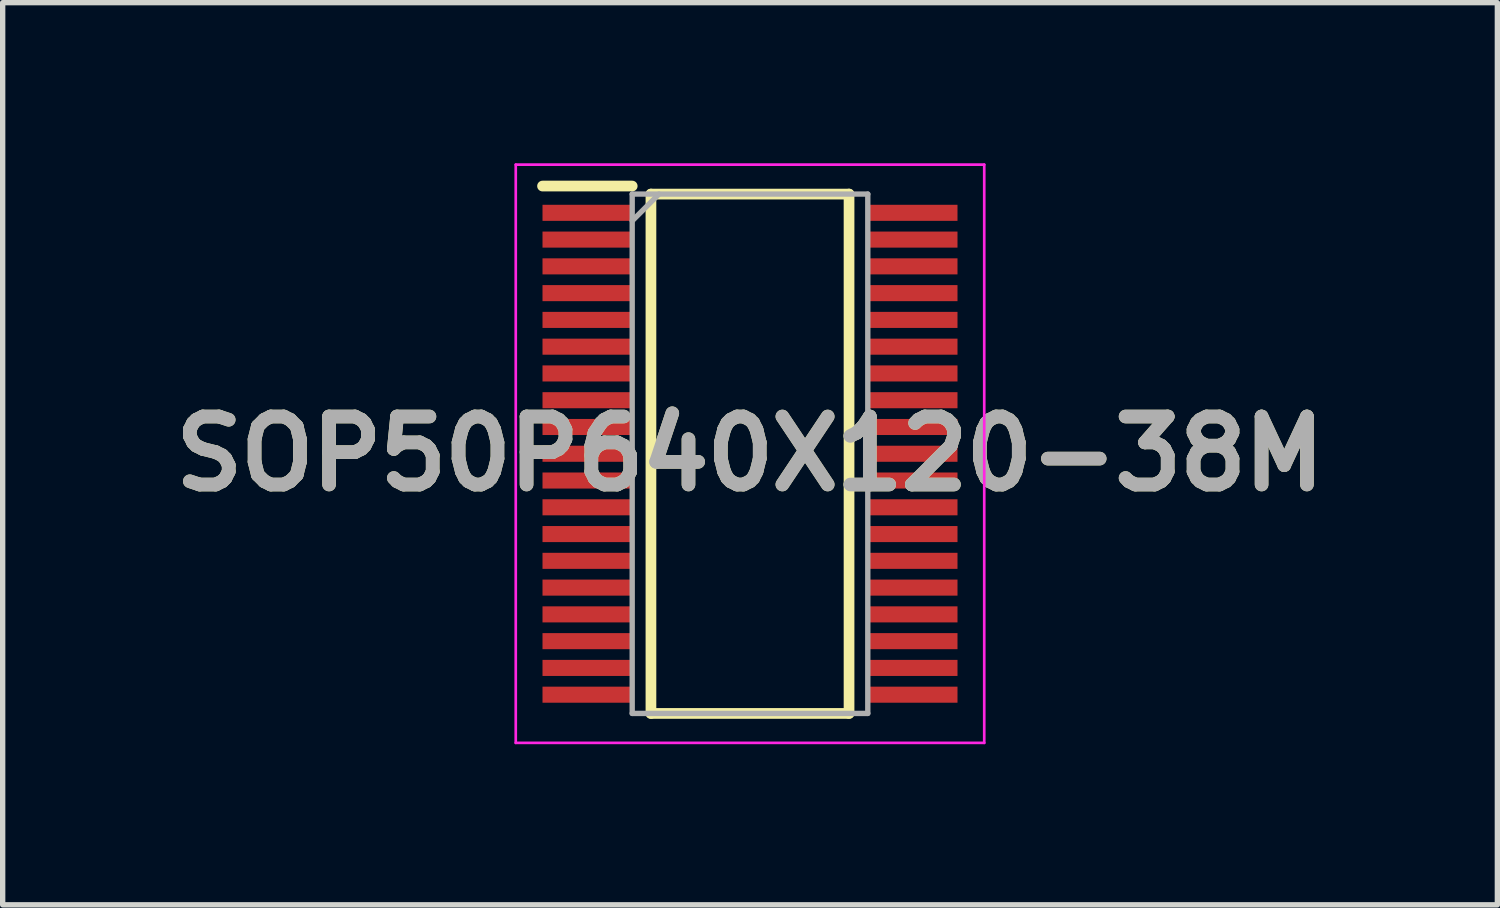
<source format=kicad_pcb>
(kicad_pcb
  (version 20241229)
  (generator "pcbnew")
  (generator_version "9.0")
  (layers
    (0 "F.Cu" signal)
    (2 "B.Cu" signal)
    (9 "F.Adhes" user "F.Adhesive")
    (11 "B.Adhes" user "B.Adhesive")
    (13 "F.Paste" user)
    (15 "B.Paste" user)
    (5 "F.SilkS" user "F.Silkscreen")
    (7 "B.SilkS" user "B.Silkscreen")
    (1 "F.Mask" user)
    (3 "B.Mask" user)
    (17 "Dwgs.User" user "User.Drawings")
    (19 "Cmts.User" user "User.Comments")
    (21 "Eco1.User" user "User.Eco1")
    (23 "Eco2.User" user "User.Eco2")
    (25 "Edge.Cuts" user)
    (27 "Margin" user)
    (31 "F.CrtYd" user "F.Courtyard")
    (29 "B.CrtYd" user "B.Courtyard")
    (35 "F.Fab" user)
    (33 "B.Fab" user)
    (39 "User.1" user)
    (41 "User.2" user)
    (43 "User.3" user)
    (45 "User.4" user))
  (footprint "SOP50P640X120-38M"
    (layer "F.Cu")
    (at 10.958 5.425)
    (property "Reference" "SOP50P640X120-38M" (at 0 0 0) (layer "F.SilkS") (effects (font (size 1.27 1.27) (thickness 0.254))))
    (attr smd)
    (fp_line (start -3.875 -5) (end -2.2 -5) (stroke (width 0.2) (type solid)) (layer "F.SilkS"))
    (fp_line (start -1.85 -4.85) (end 1.85 -4.85) (stroke (width 0.2) (type solid)) (layer "F.SilkS"))
    (fp_line (start -1.85 4.85) (end -1.85 -4.85) (stroke (width 0.2) (type solid)) (layer "F.SilkS"))
    (fp_line (start 1.85 -4.85) (end 1.85 4.85) (stroke (width 0.2) (type solid)) (layer "F.SilkS"))
    (fp_line (start 1.85 4.85) (end -1.85 4.85) (stroke (width 0.2) (type solid)) (layer "F.SilkS"))
    (fp_line (start -4.375 -5.4) (end 4.375 -5.4) (stroke (width 0.05) (type solid)) (layer "F.CrtYd"))
    (fp_line (start -4.375 5.4) (end -4.375 -5.4) (stroke (width 0.05) (type solid)) (layer "F.CrtYd"))
    (fp_line (start 4.375 -5.4) (end 4.375 5.4) (stroke (width 0.05) (type solid)) (layer "F.CrtYd"))
    (fp_line (start 4.375 5.4) (end -4.375 5.4) (stroke (width 0.05) (type solid)) (layer "F.CrtYd"))
    (fp_line (start -2.2 -4.85) (end 2.2 -4.85) (stroke (width 0.1) (type solid)) (layer "F.Fab"))
    (fp_line (start -2.2 -4.35) (end -1.7 -4.85) (stroke (width 0.1) (type solid)) (layer "F.Fab"))
    (fp_line (start -2.2 4.85) (end -2.2 -4.85) (stroke (width 0.1) (type solid)) (layer "F.Fab"))
    (fp_line (start 2.2 -4.85) (end 2.2 4.85) (stroke (width 0.1) (type solid)) (layer "F.Fab"))
    (fp_line (start 2.2 4.85) (end -2.2 4.85) (stroke (width 0.1) (type solid)) (layer "F.Fab"))
    (fp_text user "${REFERENCE}" (at 0 0 0) (layer "F.Fab") (effects (font (size 1.27 1.27) (thickness 0.254))))
    (pad "1" smd rect (at -3.038 -4.5 90) (size 0.3 1.675) (layers "F.Cu" "F.Mask" "F.Paste"))
    (pad "2" smd rect (at -3.038 -4 90) (size 0.3 1.675) (layers "F.Cu" "F.Mask" "F.Paste"))
    (pad "3" smd rect (at -3.038 -3.5 90) (size 0.3 1.675) (layers "F.Cu" "F.Mask" "F.Paste"))
    (pad "4" smd rect (at -3.038 -3 90) (size 0.3 1.675) (layers "F.Cu" "F.Mask" "F.Paste"))
    (pad "5" smd rect (at -3.038 -2.5 90) (size 0.3 1.675) (layers "F.Cu" "F.Mask" "F.Paste"))
    (pad "6" smd rect (at -3.038 -2 90) (size 0.3 1.675) (layers "F.Cu" "F.Mask" "F.Paste"))
    (pad "7" smd rect (at -3.038 -1.5 90) (size 0.3 1.675) (layers "F.Cu" "F.Mask" "F.Paste"))
    (pad "8" smd rect (at -3.038 -1 90) (size 0.3 1.675) (layers "F.Cu" "F.Mask" "F.Paste"))
    (pad "9" smd rect (at -3.038 -0.5 90) (size 0.3 1.675) (layers "F.Cu" "F.Mask" "F.Paste"))
    (pad "10" smd rect (at -3.038 0 90) (size 0.3 1.675) (layers "F.Cu" "F.Mask" "F.Paste"))
    (pad "11" smd rect (at -3.038 0.5 90) (size 0.3 1.675) (layers "F.Cu" "F.Mask" "F.Paste"))
    (pad "12" smd rect (at -3.038 1 90) (size 0.3 1.675) (layers "F.Cu" "F.Mask" "F.Paste"))
    (pad "13" smd rect (at -3.038 1.5 90) (size 0.3 1.675) (layers "F.Cu" "F.Mask" "F.Paste"))
    (pad "14" smd rect (at -3.038 2 90) (size 0.3 1.675) (layers "F.Cu" "F.Mask" "F.Paste"))
    (pad "15" smd rect (at -3.038 2.5 90) (size 0.3 1.675) (layers "F.Cu" "F.Mask" "F.Paste"))
    (pad "16" smd rect (at -3.038 3 90) (size 0.3 1.675) (layers "F.Cu" "F.Mask" "F.Paste"))
    (pad "17" smd rect (at -3.038 3.5 90) (size 0.3 1.675) (layers "F.Cu" "F.Mask" "F.Paste"))
    (pad "18" smd rect (at -3.038 4 90) (size 0.3 1.675) (layers "F.Cu" "F.Mask" "F.Paste"))
    (pad "19" smd rect (at -3.038 4.5 90) (size 0.3 1.675) (layers "F.Cu" "F.Mask" "F.Paste"))
    (pad "20" smd rect (at 3.038 4.5 90) (size 0.3 1.675) (layers "F.Cu" "F.Mask" "F.Paste"))
    (pad "21" smd rect (at 3.038 4 90) (size 0.3 1.675) (layers "F.Cu" "F.Mask" "F.Paste"))
    (pad "22" smd rect (at 3.038 3.5 90) (size 0.3 1.675) (layers "F.Cu" "F.Mask" "F.Paste"))
    (pad "23" smd rect (at 3.038 3 90) (size 0.3 1.675) (layers "F.Cu" "F.Mask" "F.Paste"))
    (pad "24" smd rect (at 3.038 2.5 90) (size 0.3 1.675) (layers "F.Cu" "F.Mask" "F.Paste"))
    (pad "25" smd rect (at 3.038 2 90) (size 0.3 1.675) (layers "F.Cu" "F.Mask" "F.Paste"))
    (pad "26" smd rect (at 3.038 1.5 90) (size 0.3 1.675) (layers "F.Cu" "F.Mask" "F.Paste"))
    (pad "27" smd rect (at 3.038 1 90) (size 0.3 1.675) (layers "F.Cu" "F.Mask" "F.Paste"))
    (pad "28" smd rect (at 3.038 0.5 90) (size 0.3 1.675) (layers "F.Cu" "F.Mask" "F.Paste"))
    (pad "29" smd rect (at 3.038 0 90) (size 0.3 1.675) (layers "F.Cu" "F.Mask" "F.Paste"))
    (pad "30" smd rect (at 3.038 -0.5 90) (size 0.3 1.675) (layers "F.Cu" "F.Mask" "F.Paste"))
    (pad "31" smd rect (at 3.038 -1 90) (size 0.3 1.675) (layers "F.Cu" "F.Mask" "F.Paste"))
    (pad "32" smd rect (at 3.038 -1.5 90) (size 0.3 1.675) (layers "F.Cu" "F.Mask" "F.Paste"))
    (pad "33" smd rect (at 3.038 -2 90) (size 0.3 1.675) (layers "F.Cu" "F.Mask" "F.Paste"))
    (pad "34" smd rect (at 3.038 -2.5 90) (size 0.3 1.675) (layers "F.Cu" "F.Mask" "F.Paste"))
    (pad "35" smd rect (at 3.038 -3 90) (size 0.3 1.675) (layers "F.Cu" "F.Mask" "F.Paste"))
    (pad "36" smd rect (at 3.038 -3.5 90) (size 0.3 1.675) (layers "F.Cu" "F.Mask" "F.Paste"))
    (pad "37" smd rect (at 3.038 -4 90) (size 0.3 1.675) (layers "F.Cu" "F.Mask" "F.Paste"))
    (pad "38" smd rect (at 3.038 -4.5 90) (size 0.3 1.675) (layers "F.Cu" "F.Mask" "F.Paste")))
  (gr_rect
    (start -3 -3)
    (end 24.917 13.85)
    (stroke (width 0.1) (type default))
    (fill no)
    (layer "Edge.Cuts")))
</source>
